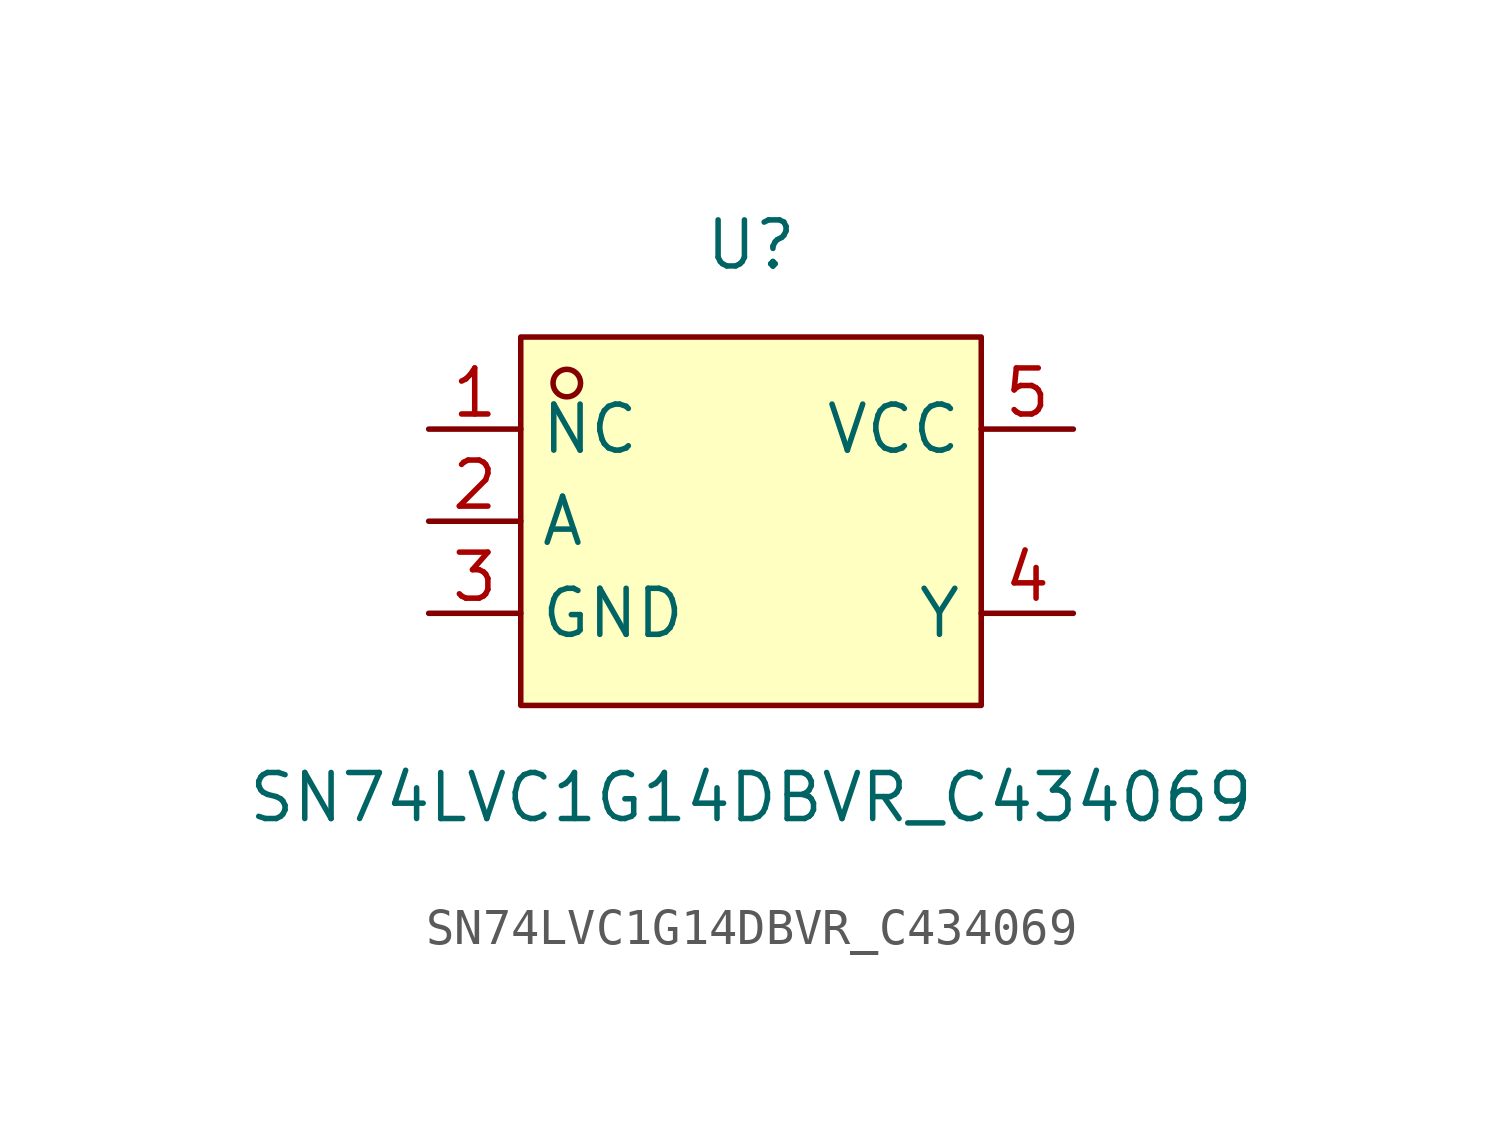
<source format=kicad_sym>
(kicad_symbol_lib
  (version 20211014)
  (generator https://github.com/uPesy/easyeda2kicad.py)
  (symbol "SN74LVC1G14DBVR_C434069"
    (property "Reference" "U"
      (at 0 7.62 0)
      (effects (font (size 1.27 1.27))))
    (property "Value" "SN74LVC1G14DBVR_C434069"
      (at 0 -7.62 0)
      (effects (font (size 1.27 1.27))))
    (symbol "SN74LVC1G14DBVR_C434069_0_1"
      (rectangle (start -6.35 5.08) (end 6.35 -5.08) (stroke (width 0) (type default) (color 0 0 0 0)) (fill (type background)))
      (circle (center -5.08 3.81) (radius 0.38) (stroke (width 0) (type default) (color 0 0 0 0)) (fill (type none)))
      (pin unspecified line (at -8.89 2.54 0) (length 2.54) (name "NC" (effects (font (size 1.27 1.27)))) (number "1" (effects (font (size 1.27 1.27)))))
      (pin unspecified line (at -8.89 -0.00 0) (length 2.54) (name "A" (effects (font (size 1.27 1.27)))) (number "2" (effects (font (size 1.27 1.27)))))
      (pin unspecified line (at -8.89 -2.54 0) (length 2.54) (name "GND" (effects (font (size 1.27 1.27)))) (number "3" (effects (font (size 1.27 1.27)))))
      (pin unspecified line (at 8.89 -2.54 180) (length 2.54) (name "Y" (effects (font (size 1.27 1.27)))) (number "4" (effects (font (size 1.27 1.27)))))
      (pin unspecified line (at 8.89 2.54 180) (length 2.54) (name "VCC" (effects (font (size 1.27 1.27)))) (number "5" (effects (font (size 1.27 1.27))))))))
</source>
